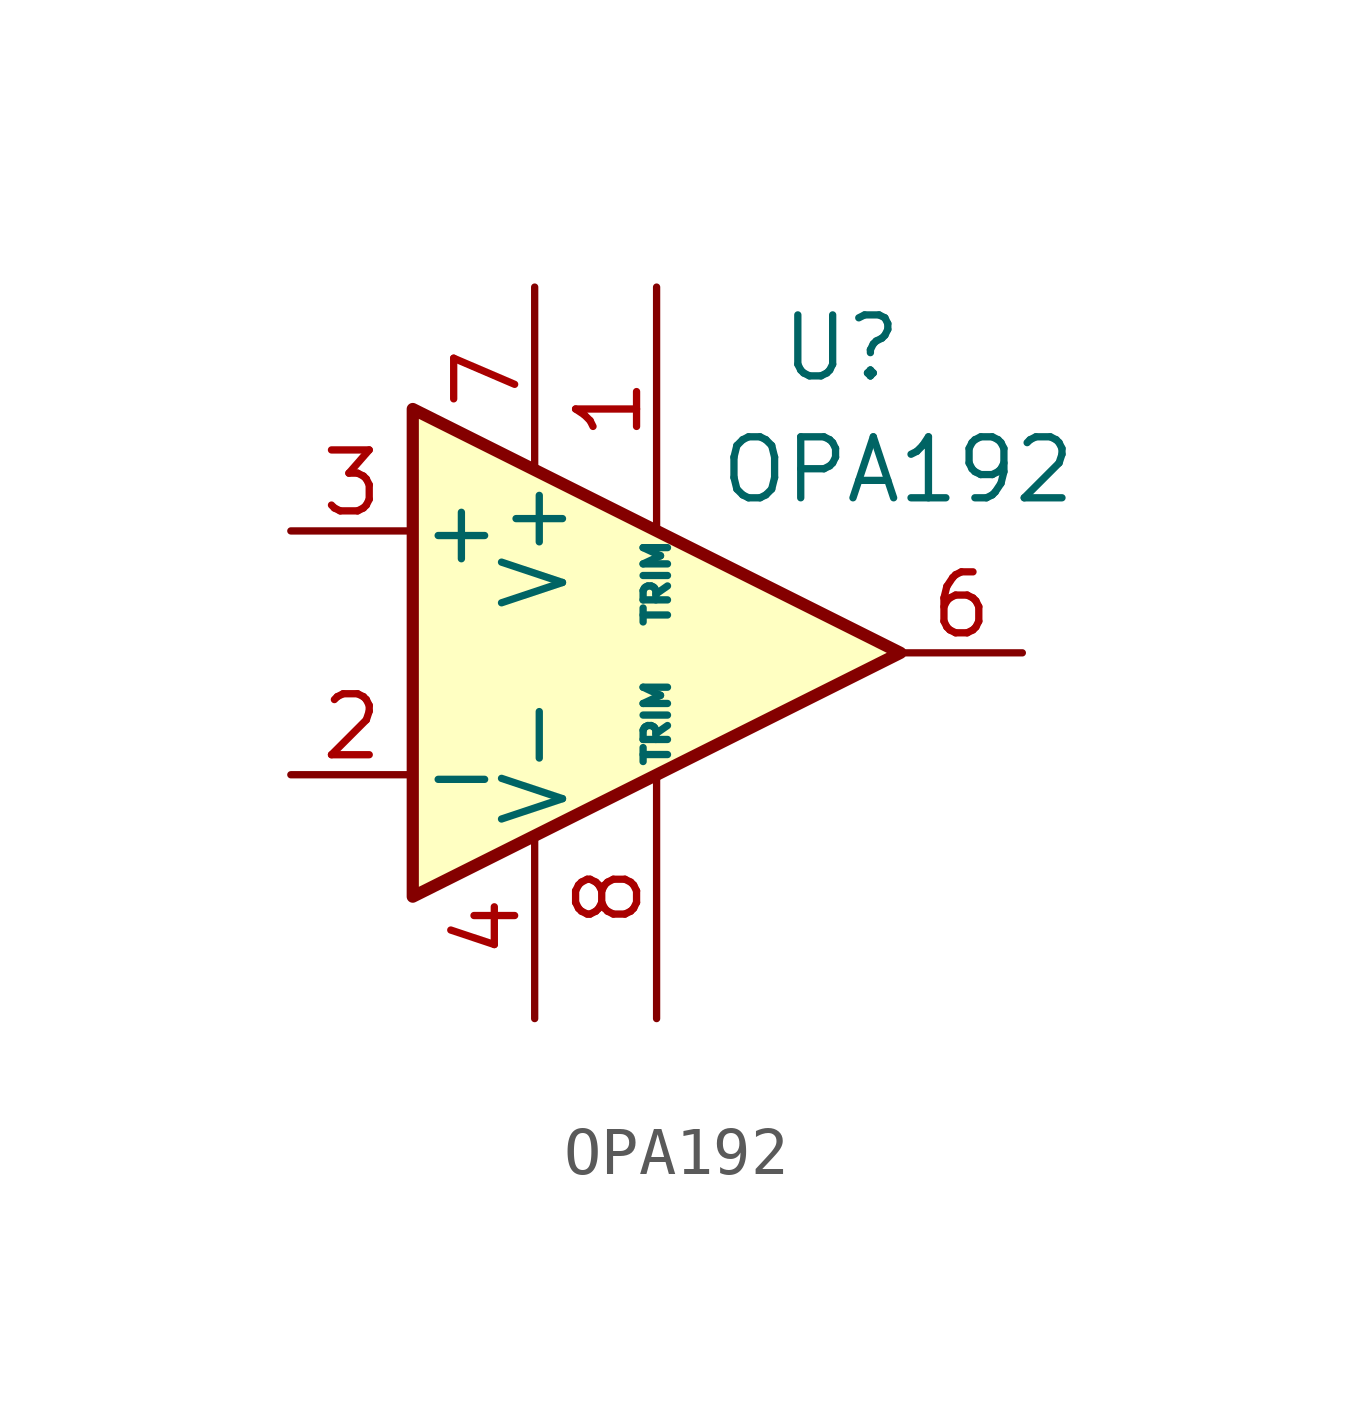
<source format=kicad_sym>
(kicad_symbol_lib
  (version 20220914)
  (generator kicad_symbol_editor)
  (symbol "OPA192"
    (pin_names
      (offset 0.127))
    (property "Reference" "U"
      (at 2.54 6.35 0)
      (effects (font (size 1.27 1.27)) (justify left)))
    (property "Value" "OPA192"
      (at 1.27 3.81 0)
      (effects (font (size 1.27 1.27)) (justify left)))
    (symbol "OPA192_0_1"
      (polyline (pts (xy -5.08 5.08) (xy 5.08 0) (xy -5.08 -5.08) (xy -5.08 5.08)) (stroke (width 0.254) (type solid)) (fill (type background))))
    (symbol "OPA192_1_1"
      (pin input line (at 0 7.62 270) (length 5.08) (name "TRIM" (effects (font (size 0.508 0.508)))) (number "1" (effects (font (size 1.27 1.27)))))
      (pin input line (at -7.62 -2.54 0) (length 2.54) (name "-" (effects (font (size 1.27 1.27)))) (number "2" (effects (font (size 1.27 1.27)))))
      (pin input line (at -7.62 2.54 0) (length 2.54) (name "+" (effects (font (size 1.27 1.27)))) (number "3" (effects (font (size 1.27 1.27)))))
      (pin power_in line (at -2.54 -7.62 90) (length 3.81) (name "V-" (effects (font (size 1.27 1.27)))) (number "4" (effects (font (size 1.27 1.27)))))
      (pin no_connect non_logic (at 2.54 -1.27 90) (length 0) hide (name "NC" (effects (font (size 0.508 0.508)))) (number "5" (effects (font (size 1.27 1.27)))))
      (pin output line (at 7.62 0 180) (length 2.54) (name "~" (effects (font (size 1.27 1.27)))) (number "6" (effects (font (size 1.27 1.27)))))
      (pin power_in line (at -2.54 7.62 270) (length 3.81) (name "V+" (effects (font (size 1.27 1.27)))) (number "7" (effects (font (size 1.27 1.27)))))
      (pin input line (at 0 -7.62 90) (length 5.08) (name "TRIM" (effects (font (size 0.508 0.508)))) (number "8" (effects (font (size 1.27 1.27))))))))
</source>
